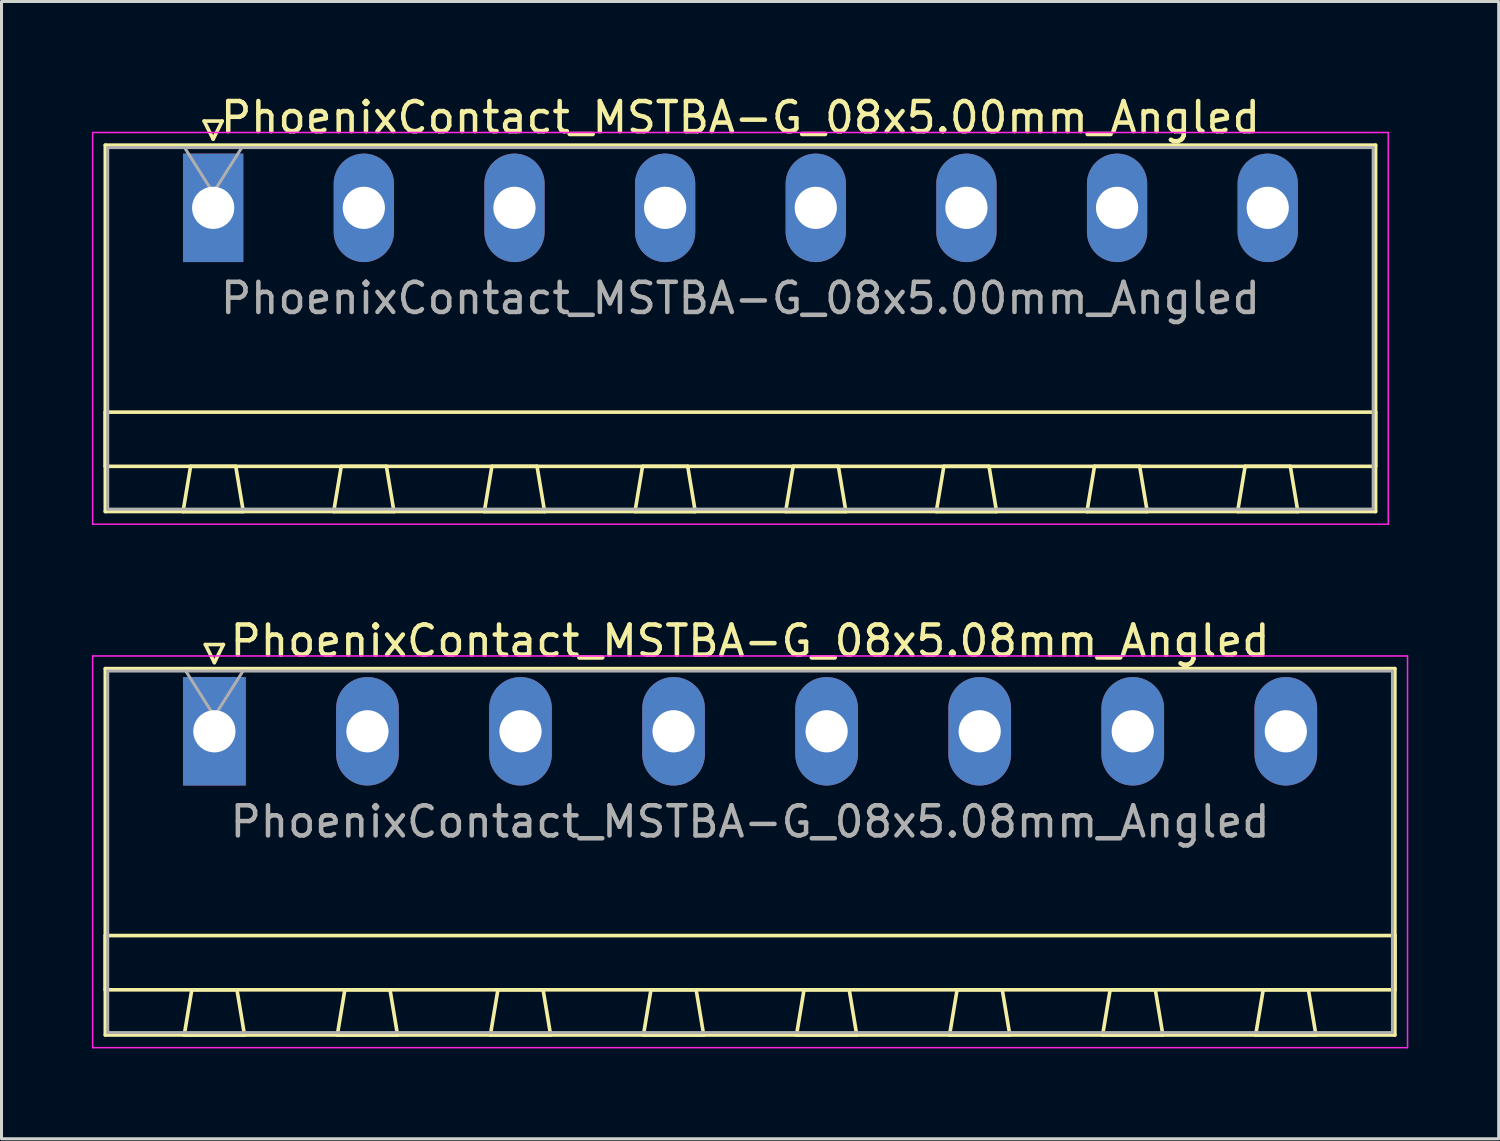
<source format=kicad_pcb>
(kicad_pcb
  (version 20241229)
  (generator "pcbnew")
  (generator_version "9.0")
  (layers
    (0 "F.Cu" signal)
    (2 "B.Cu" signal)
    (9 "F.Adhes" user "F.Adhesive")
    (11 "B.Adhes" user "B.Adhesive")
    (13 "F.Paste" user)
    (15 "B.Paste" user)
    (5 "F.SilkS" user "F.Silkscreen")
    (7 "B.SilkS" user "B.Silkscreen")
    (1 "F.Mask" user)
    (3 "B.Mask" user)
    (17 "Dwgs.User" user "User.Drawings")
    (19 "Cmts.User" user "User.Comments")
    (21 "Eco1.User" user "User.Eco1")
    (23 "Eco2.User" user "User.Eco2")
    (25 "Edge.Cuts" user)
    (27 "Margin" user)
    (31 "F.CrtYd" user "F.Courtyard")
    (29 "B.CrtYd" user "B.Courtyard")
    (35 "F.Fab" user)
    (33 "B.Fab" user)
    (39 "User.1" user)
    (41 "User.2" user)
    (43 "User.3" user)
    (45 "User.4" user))
  (footprint "PhoenixContact_MSTBA-G_08x5.08mm_Angled"
    (layer "F.Cu")
    (at 4.065 21.221)
    (property "Reference" "PhoenixContact_MSTBA-G_08x5.08mm_Angled" (at 17.78 -3 0) (layer "F.SilkS") (effects (font (size 1 1) (thickness 0.15))))
    (attr through_hole)
    (fp_line (start -3.62 -2.08) (end -3.62 10.08) (stroke (width 0.12) (type solid)) (layer "F.SilkS"))
    (fp_line (start -3.62 6.78) (end 39.18 6.78) (stroke (width 0.12) (type solid)) (layer "F.SilkS"))
    (fp_line (start -3.62 8.58) (end -3.62 6.78) (stroke (width 0.12) (type solid)) (layer "F.SilkS"))
    (fp_line (start -3.62 10.08) (end 39.18 10.08) (stroke (width 0.12) (type solid)) (layer "F.SilkS"))
    (fp_line (start -1 10.08) (end 1 10.08) (stroke (width 0.12) (type solid)) (layer "F.SilkS"))
    (fp_line (start -0.75 8.58) (end -1 10.08) (stroke (width 0.12) (type solid)) (layer "F.SilkS"))
    (fp_line (start -0.3 -2.88) (end 0.3 -2.88) (stroke (width 0.12) (type solid)) (layer "F.SilkS"))
    (fp_line (start 0 -2.28) (end -0.3 -2.88) (stroke (width 0.12) (type solid)) (layer "F.SilkS"))
    (fp_line (start 0.3 -2.88) (end 0 -2.28) (stroke (width 0.12) (type solid)) (layer "F.SilkS"))
    (fp_line (start 0.75 8.58) (end -0.75 8.58) (stroke (width 0.12) (type solid)) (layer "F.SilkS"))
    (fp_line (start 1 10.08) (end 0.75 8.58) (stroke (width 0.12) (type solid)) (layer "F.SilkS"))
    (fp_line (start 4.08 10.08) (end 6.08 10.08) (stroke (width 0.12) (type solid)) (layer "F.SilkS"))
    (fp_line (start 4.33 8.58) (end 4.08 10.08) (stroke (width 0.12) (type solid)) (layer "F.SilkS"))
    (fp_line (start 5.83 8.58) (end 4.33 8.58) (stroke (width 0.12) (type solid)) (layer "F.SilkS"))
    (fp_line (start 6.08 10.08) (end 5.83 8.58) (stroke (width 0.12) (type solid)) (layer "F.SilkS"))
    (fp_line (start 9.16 10.08) (end 11.16 10.08) (stroke (width 0.12) (type solid)) (layer "F.SilkS"))
    (fp_line (start 9.41 8.58) (end 9.16 10.08) (stroke (width 0.12) (type solid)) (layer "F.SilkS"))
    (fp_line (start 10.91 8.58) (end 9.41 8.58) (stroke (width 0.12) (type solid)) (layer "F.SilkS"))
    (fp_line (start 11.16 10.08) (end 10.91 8.58) (stroke (width 0.12) (type solid)) (layer "F.SilkS"))
    (fp_line (start 14.24 10.08) (end 16.24 10.08) (stroke (width 0.12) (type solid)) (layer "F.SilkS"))
    (fp_line (start 14.49 8.58) (end 14.24 10.08) (stroke (width 0.12) (type solid)) (layer "F.SilkS"))
    (fp_line (start 15.99 8.58) (end 14.49 8.58) (stroke (width 0.12) (type solid)) (layer "F.SilkS"))
    (fp_line (start 16.24 10.08) (end 15.99 8.58) (stroke (width 0.12) (type solid)) (layer "F.SilkS"))
    (fp_line (start 19.32 10.08) (end 21.32 10.08) (stroke (width 0.12) (type solid)) (layer "F.SilkS"))
    (fp_line (start 19.57 8.58) (end 19.32 10.08) (stroke (width 0.12) (type solid)) (layer "F.SilkS"))
    (fp_line (start 21.07 8.58) (end 19.57 8.58) (stroke (width 0.12) (type solid)) (layer "F.SilkS"))
    (fp_line (start 21.32 10.08) (end 21.07 8.58) (stroke (width 0.12) (type solid)) (layer "F.SilkS"))
    (fp_line (start 24.4 10.08) (end 26.4 10.08) (stroke (width 0.12) (type solid)) (layer "F.SilkS"))
    (fp_line (start 24.65 8.58) (end 24.4 10.08) (stroke (width 0.12) (type solid)) (layer "F.SilkS"))
    (fp_line (start 26.15 8.58) (end 24.65 8.58) (stroke (width 0.12) (type solid)) (layer "F.SilkS"))
    (fp_line (start 26.4 10.08) (end 26.15 8.58) (stroke (width 0.12) (type solid)) (layer "F.SilkS"))
    (fp_line (start 29.48 10.08) (end 31.48 10.08) (stroke (width 0.12) (type solid)) (layer "F.SilkS"))
    (fp_line (start 29.73 8.58) (end 29.48 10.08) (stroke (width 0.12) (type solid)) (layer "F.SilkS"))
    (fp_line (start 31.23 8.58) (end 29.73 8.58) (stroke (width 0.12) (type solid)) (layer "F.SilkS"))
    (fp_line (start 31.48 10.08) (end 31.23 8.58) (stroke (width 0.12) (type solid)) (layer "F.SilkS"))
    (fp_line (start 34.56 10.08) (end 36.56 10.08) (stroke (width 0.12) (type solid)) (layer "F.SilkS"))
    (fp_line (start 34.81 8.58) (end 34.56 10.08) (stroke (width 0.12) (type solid)) (layer "F.SilkS"))
    (fp_line (start 36.31 8.58) (end 34.81 8.58) (stroke (width 0.12) (type solid)) (layer "F.SilkS"))
    (fp_line (start 36.56 10.08) (end 36.31 8.58) (stroke (width 0.12) (type solid)) (layer "F.SilkS"))
    (fp_line (start 39.18 -2.08) (end -3.62 -2.08) (stroke (width 0.12) (type solid)) (layer "F.SilkS"))
    (fp_line (start 39.18 6.78) (end 39.18 8.58) (stroke (width 0.12) (type solid)) (layer "F.SilkS"))
    (fp_line (start 39.18 8.58) (end -3.62 8.58) (stroke (width 0.12) (type solid)) (layer "F.SilkS"))
    (fp_line (start 39.18 10.08) (end 39.18 -2.08) (stroke (width 0.12) (type solid)) (layer "F.SilkS"))
    (fp_line (start -4.04 -2.5) (end -4.04 10.5) (stroke (width 0.05) (type solid)) (layer "F.CrtYd"))
    (fp_line (start -4.04 10.5) (end 39.6 10.5) (stroke (width 0.05) (type solid)) (layer "F.CrtYd"))
    (fp_line (start 39.6 -2.5) (end -4.04 -2.5) (stroke (width 0.05) (type solid)) (layer "F.CrtYd"))
    (fp_line (start 39.6 10.5) (end 39.6 -2.5) (stroke (width 0.05) (type solid)) (layer "F.CrtYd"))
    (fp_line (start -3.54 -2) (end -3.54 10) (stroke (width 0.1) (type solid)) (layer "F.Fab"))
    (fp_line (start -3.54 10) (end 39.1 10) (stroke (width 0.1) (type solid)) (layer "F.Fab"))
    (fp_line (start 0 -0.5) (end -0.95 -2) (stroke (width 0.1) (type solid)) (layer "F.Fab"))
    (fp_line (start 0.95 -2) (end 0 -0.5) (stroke (width 0.1) (type solid)) (layer "F.Fab"))
    (fp_line (start 39.1 -2) (end -3.54 -2) (stroke (width 0.1) (type solid)) (layer "F.Fab"))
    (fp_line (start 39.1 10) (end 39.1 -2) (stroke (width 0.1) (type solid)) (layer "F.Fab"))
    (fp_text user "${REFERENCE}" (at 17.78 3 0) (layer "F.Fab") (effects (font (size 1 1) (thickness 0.15))))
    (pad "1" thru_hole rect (at 0 0) (size 2.08 3.6) (drill 1.4) (layers "*.Cu" "*.Mask"))
    (pad "2" thru_hole oval (at 5.08 0) (size 2.08 3.6) (drill 1.4) (layers "*.Cu" "*.Mask"))
    (pad "3" thru_hole oval (at 10.16 0) (size 2.08 3.6) (drill 1.4) (layers "*.Cu" "*.Mask"))
    (pad "4" thru_hole oval (at 15.24 0) (size 2.08 3.6) (drill 1.4) (layers "*.Cu" "*.Mask"))
    (pad "5" thru_hole oval (at 20.32 0) (size 2.08 3.6) (drill 1.4) (layers "*.Cu" "*.Mask"))
    (pad "6" thru_hole oval (at 25.4 0) (size 2.08 3.6) (drill 1.4) (layers "*.Cu" "*.Mask"))
    (pad "7" thru_hole oval (at 30.48 0) (size 2.08 3.6) (drill 1.4) (layers "*.Cu" "*.Mask"))
    (pad "8" thru_hole oval (at 35.56 0) (size 2.08 3.6) (drill 1.4) (layers "*.Cu" "*.Mask")))
  (footprint "PhoenixContact_MSTBA-G_08x5.00mm_Angled"
    (layer "F.Cu")
    (at 4.025 3.848)
    (property "Reference" "PhoenixContact_MSTBA-G_08x5.00mm_Angled" (at 17.5 -3 0) (layer "F.SilkS") (effects (font (size 1 1) (thickness 0.15))))
    (attr through_hole)
    (fp_line (start -3.58 -2.08) (end -3.58 10.08) (stroke (width 0.12) (type solid)) (layer "F.SilkS"))
    (fp_line (start -3.58 6.78) (end 38.58 6.78) (stroke (width 0.12) (type solid)) (layer "F.SilkS"))
    (fp_line (start -3.58 8.58) (end -3.58 6.78) (stroke (width 0.12) (type solid)) (layer "F.SilkS"))
    (fp_line (start -3.58 10.08) (end 38.58 10.08) (stroke (width 0.12) (type solid)) (layer "F.SilkS"))
    (fp_line (start -1 10.08) (end 1 10.08) (stroke (width 0.12) (type solid)) (layer "F.SilkS"))
    (fp_line (start -0.75 8.58) (end -1 10.08) (stroke (width 0.12) (type solid)) (layer "F.SilkS"))
    (fp_line (start -0.3 -2.88) (end 0.3 -2.88) (stroke (width 0.12) (type solid)) (layer "F.SilkS"))
    (fp_line (start 0 -2.28) (end -0.3 -2.88) (stroke (width 0.12) (type solid)) (layer "F.SilkS"))
    (fp_line (start 0.3 -2.88) (end 0 -2.28) (stroke (width 0.12) (type solid)) (layer "F.SilkS"))
    (fp_line (start 0.75 8.58) (end -0.75 8.58) (stroke (width 0.12) (type solid)) (layer "F.SilkS"))
    (fp_line (start 1 10.08) (end 0.75 8.58) (stroke (width 0.12) (type solid)) (layer "F.SilkS"))
    (fp_line (start 4 10.08) (end 6 10.08) (stroke (width 0.12) (type solid)) (layer "F.SilkS"))
    (fp_line (start 4.25 8.58) (end 4 10.08) (stroke (width 0.12) (type solid)) (layer "F.SilkS"))
    (fp_line (start 5.75 8.58) (end 4.25 8.58) (stroke (width 0.12) (type solid)) (layer "F.SilkS"))
    (fp_line (start 6 10.08) (end 5.75 8.58) (stroke (width 0.12) (type solid)) (layer "F.SilkS"))
    (fp_line (start 9 10.08) (end 11 10.08) (stroke (width 0.12) (type solid)) (layer "F.SilkS"))
    (fp_line (start 9.25 8.58) (end 9 10.08) (stroke (width 0.12) (type solid)) (layer "F.SilkS"))
    (fp_line (start 10.75 8.58) (end 9.25 8.58) (stroke (width 0.12) (type solid)) (layer "F.SilkS"))
    (fp_line (start 11 10.08) (end 10.75 8.58) (stroke (width 0.12) (type solid)) (layer "F.SilkS"))
    (fp_line (start 14 10.08) (end 16 10.08) (stroke (width 0.12) (type solid)) (layer "F.SilkS"))
    (fp_line (start 14.25 8.58) (end 14 10.08) (stroke (width 0.12) (type solid)) (layer "F.SilkS"))
    (fp_line (start 15.75 8.58) (end 14.25 8.58) (stroke (width 0.12) (type solid)) (layer "F.SilkS"))
    (fp_line (start 16 10.08) (end 15.75 8.58) (stroke (width 0.12) (type solid)) (layer "F.SilkS"))
    (fp_line (start 19 10.08) (end 21 10.08) (stroke (width 0.12) (type solid)) (layer "F.SilkS"))
    (fp_line (start 19.25 8.58) (end 19 10.08) (stroke (width 0.12) (type solid)) (layer "F.SilkS"))
    (fp_line (start 20.75 8.58) (end 19.25 8.58) (stroke (width 0.12) (type solid)) (layer "F.SilkS"))
    (fp_line (start 21 10.08) (end 20.75 8.58) (stroke (width 0.12) (type solid)) (layer "F.SilkS"))
    (fp_line (start 24 10.08) (end 26 10.08) (stroke (width 0.12) (type solid)) (layer "F.SilkS"))
    (fp_line (start 24.25 8.58) (end 24 10.08) (stroke (width 0.12) (type solid)) (layer "F.SilkS"))
    (fp_line (start 25.75 8.58) (end 24.25 8.58) (stroke (width 0.12) (type solid)) (layer "F.SilkS"))
    (fp_line (start 26 10.08) (end 25.75 8.58) (stroke (width 0.12) (type solid)) (layer "F.SilkS"))
    (fp_line (start 29 10.08) (end 31 10.08) (stroke (width 0.12) (type solid)) (layer "F.SilkS"))
    (fp_line (start 29.25 8.58) (end 29 10.08) (stroke (width 0.12) (type solid)) (layer "F.SilkS"))
    (fp_line (start 30.75 8.58) (end 29.25 8.58) (stroke (width 0.12) (type solid)) (layer "F.SilkS"))
    (fp_line (start 31 10.08) (end 30.75 8.58) (stroke (width 0.12) (type solid)) (layer "F.SilkS"))
    (fp_line (start 34 10.08) (end 36 10.08) (stroke (width 0.12) (type solid)) (layer "F.SilkS"))
    (fp_line (start 34.25 8.58) (end 34 10.08) (stroke (width 0.12) (type solid)) (layer "F.SilkS"))
    (fp_line (start 35.75 8.58) (end 34.25 8.58) (stroke (width 0.12) (type solid)) (layer "F.SilkS"))
    (fp_line (start 36 10.08) (end 35.75 8.58) (stroke (width 0.12) (type solid)) (layer "F.SilkS"))
    (fp_line (start 38.58 -2.08) (end -3.58 -2.08) (stroke (width 0.12) (type solid)) (layer "F.SilkS"))
    (fp_line (start 38.58 6.78) (end 38.58 8.58) (stroke (width 0.12) (type solid)) (layer "F.SilkS"))
    (fp_line (start 38.58 8.58) (end -3.58 8.58) (stroke (width 0.12) (type solid)) (layer "F.SilkS"))
    (fp_line (start 38.58 10.08) (end 38.58 -2.08) (stroke (width 0.12) (type solid)) (layer "F.SilkS"))
    (fp_line (start -4 -2.5) (end -4 10.5) (stroke (width 0.05) (type solid)) (layer "F.CrtYd"))
    (fp_line (start -4 10.5) (end 39 10.5) (stroke (width 0.05) (type solid)) (layer "F.CrtYd"))
    (fp_line (start 39 -2.5) (end -4 -2.5) (stroke (width 0.05) (type solid)) (layer "F.CrtYd"))
    (fp_line (start 39 10.5) (end 39 -2.5) (stroke (width 0.05) (type solid)) (layer "F.CrtYd"))
    (fp_line (start -3.5 -2) (end -3.5 10) (stroke (width 0.1) (type solid)) (layer "F.Fab"))
    (fp_line (start -3.5 10) (end 38.5 10) (stroke (width 0.1) (type solid)) (layer "F.Fab"))
    (fp_line (start 0 -0.5) (end -0.95 -2) (stroke (width 0.1) (type solid)) (layer "F.Fab"))
    (fp_line (start 0.95 -2) (end 0 -0.5) (stroke (width 0.1) (type solid)) (layer "F.Fab"))
    (fp_line (start 38.5 -2) (end -3.5 -2) (stroke (width 0.1) (type solid)) (layer "F.Fab"))
    (fp_line (start 38.5 10) (end 38.5 -2) (stroke (width 0.1) (type solid)) (layer "F.Fab"))
    (fp_text user "${REFERENCE}" (at 17.5 3 0) (layer "F.Fab") (effects (font (size 1 1) (thickness 0.15))))
    (pad "1" thru_hole rect (at 0 0) (size 2 3.6) (drill 1.4) (layers "*.Cu" "*.Mask"))
    (pad "2" thru_hole oval (at 5 0) (size 2 3.6) (drill 1.4) (layers "*.Cu" "*.Mask"))
    (pad "3" thru_hole oval (at 10 0) (size 2 3.6) (drill 1.4) (layers "*.Cu" "*.Mask"))
    (pad "4" thru_hole oval (at 15 0) (size 2 3.6) (drill 1.4) (layers "*.Cu" "*.Mask"))
    (pad "5" thru_hole oval (at 20 0) (size 2 3.6) (drill 1.4) (layers "*.Cu" "*.Mask"))
    (pad "6" thru_hole oval (at 25 0) (size 2 3.6) (drill 1.4) (layers "*.Cu" "*.Mask"))
    (pad "7" thru_hole oval (at 30 0) (size 2 3.6) (drill 1.4) (layers "*.Cu" "*.Mask"))
    (pad "8" thru_hole oval (at 35 0) (size 2 3.6) (drill 1.4) (layers "*.Cu" "*.Mask")))
  (gr_rect
    (start -3 -3)
    (end 46.69 34.746)
    (stroke (width 0.1) (type default))
    (fill no)
    (layer "Edge.Cuts")))
</source>
